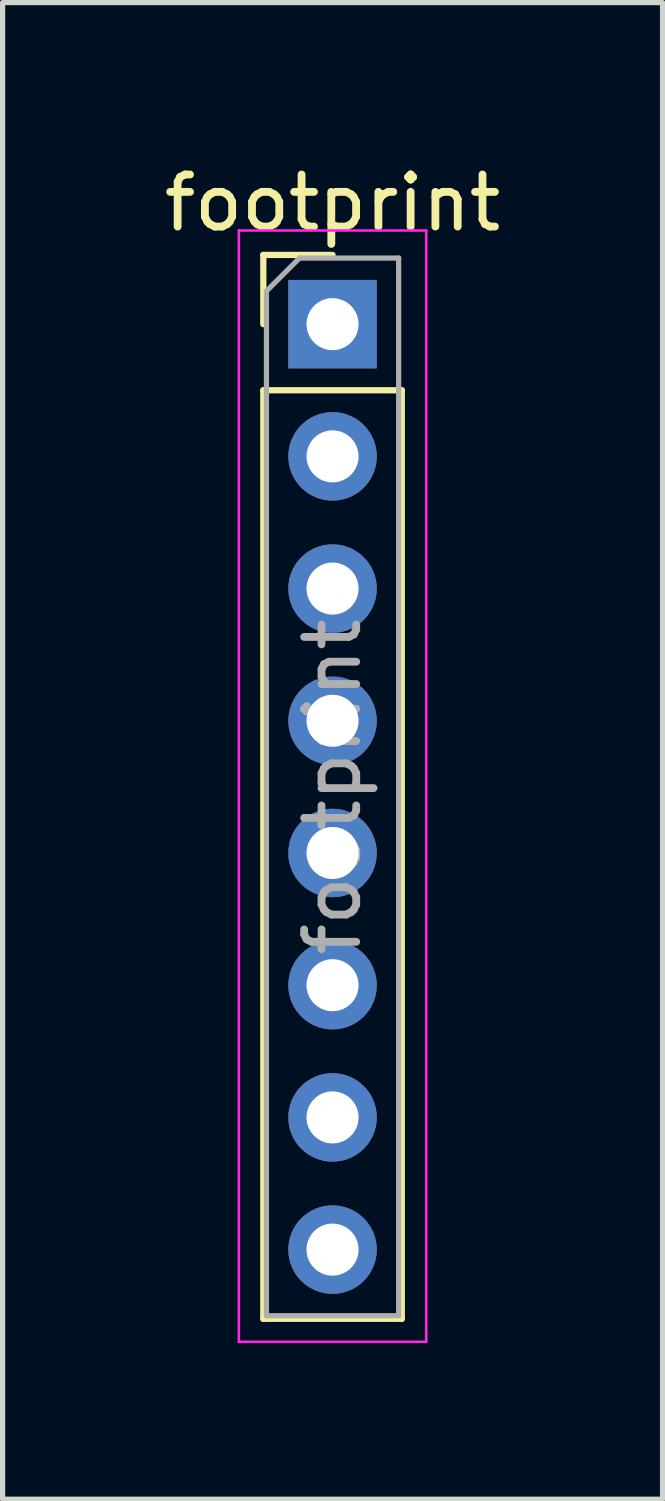
<source format=kicad_pcb>
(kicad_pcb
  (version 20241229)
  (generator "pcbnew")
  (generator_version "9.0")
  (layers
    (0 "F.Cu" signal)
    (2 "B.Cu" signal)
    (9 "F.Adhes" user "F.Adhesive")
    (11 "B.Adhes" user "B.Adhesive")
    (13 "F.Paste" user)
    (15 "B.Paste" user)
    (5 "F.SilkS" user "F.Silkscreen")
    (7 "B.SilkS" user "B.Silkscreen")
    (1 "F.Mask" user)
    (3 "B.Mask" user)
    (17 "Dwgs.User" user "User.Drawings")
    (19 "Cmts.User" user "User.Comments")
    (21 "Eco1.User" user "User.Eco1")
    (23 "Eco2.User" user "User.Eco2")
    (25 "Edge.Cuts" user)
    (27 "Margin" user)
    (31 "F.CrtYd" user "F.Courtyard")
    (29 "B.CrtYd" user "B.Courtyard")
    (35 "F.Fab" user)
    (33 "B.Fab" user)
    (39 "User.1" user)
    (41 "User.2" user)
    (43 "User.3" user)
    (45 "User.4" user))
  (footprint "footprint"
    (layer "F.Cu")
    (at 3.339 3.178)
    (property "Reference" "footprint" (at 0 -2.33 0) (layer "F.SilkS") (effects (font (size 1 1) (thickness 0.15))))
    (attr through_hole)
    (fp_line (start -1.33 -1.33) (end 0 -1.33) (stroke (width 0.12) (type solid)) (layer "F.SilkS"))
    (fp_line (start -1.33 0) (end -1.33 -1.33) (stroke (width 0.12) (type solid)) (layer "F.SilkS"))
    (fp_line (start -1.33 1.27) (end -1.33 19.11) (stroke (width 0.12) (type solid)) (layer "F.SilkS"))
    (fp_line (start -1.33 1.27) (end 1.33 1.27) (stroke (width 0.12) (type solid)) (layer "F.SilkS"))
    (fp_line (start -1.33 19.11) (end 1.33 19.11) (stroke (width 0.12) (type solid)) (layer "F.SilkS"))
    (fp_line (start 1.33 1.27) (end 1.33 19.11) (stroke (width 0.12) (type solid)) (layer "F.SilkS"))
    (fp_line (start -1.8 -1.8) (end -1.8 19.55) (stroke (width 0.05) (type solid)) (layer "F.CrtYd"))
    (fp_line (start -1.8 19.55) (end 1.8 19.55) (stroke (width 0.05) (type solid)) (layer "F.CrtYd"))
    (fp_line (start 1.8 -1.8) (end -1.8 -1.8) (stroke (width 0.05) (type solid)) (layer "F.CrtYd"))
    (fp_line (start 1.8 19.55) (end 1.8 -1.8) (stroke (width 0.05) (type solid)) (layer "F.CrtYd"))
    (fp_line (start -1.27 -0.635) (end -0.635 -1.27) (stroke (width 0.1) (type solid)) (layer "F.Fab"))
    (fp_line (start -1.27 19.05) (end -1.27 -0.635) (stroke (width 0.1) (type solid)) (layer "F.Fab"))
    (fp_line (start -0.635 -1.27) (end 1.27 -1.27) (stroke (width 0.1) (type solid)) (layer "F.Fab"))
    (fp_line (start 1.27 -1.27) (end 1.27 19.05) (stroke (width 0.1) (type solid)) (layer "F.Fab"))
    (fp_line (start 1.27 19.05) (end -1.27 19.05) (stroke (width 0.1) (type solid)) (layer "F.Fab"))
    (fp_text user "${REFERENCE}" (at 0 8.89 90) (layer "F.Fab") (effects (font (size 1 1) (thickness 0.15))))
    (pad "1" thru_hole rect (at 0 0) (size 1.7 1.7) (drill 1) (layers "*.Cu" "*.Mask"))
    (pad "2" thru_hole oval (at 0 2.54) (size 1.7 1.7) (drill 1) (layers "*.Cu" "*.Mask"))
    (pad "3" thru_hole oval (at 0 5.08) (size 1.7 1.7) (drill 1) (layers "*.Cu" "*.Mask"))
    (pad "4" thru_hole oval (at 0 7.62) (size 1.7 1.7) (drill 1) (layers "*.Cu" "*.Mask"))
    (pad "5" thru_hole oval (at 0 10.16) (size 1.7 1.7) (drill 1) (layers "*.Cu" "*.Mask"))
    (pad "6" thru_hole oval (at 0 12.7) (size 1.7 1.7) (drill 1) (layers "*.Cu" "*.Mask"))
    (pad "7" thru_hole oval (at 0 15.24) (size 1.7 1.7) (drill 1) (layers "*.Cu" "*.Mask"))
    (pad "8" thru_hole oval (at 0 17.78) (size 1.7 1.7) (drill 1) (layers "*.Cu" "*.Mask")))
  (gr_rect
    (start -3 -3)
    (end 9.679 25.753)
    (stroke (width 0.1) (type default))
    (fill no)
    (layer "Edge.Cuts")))
</source>
